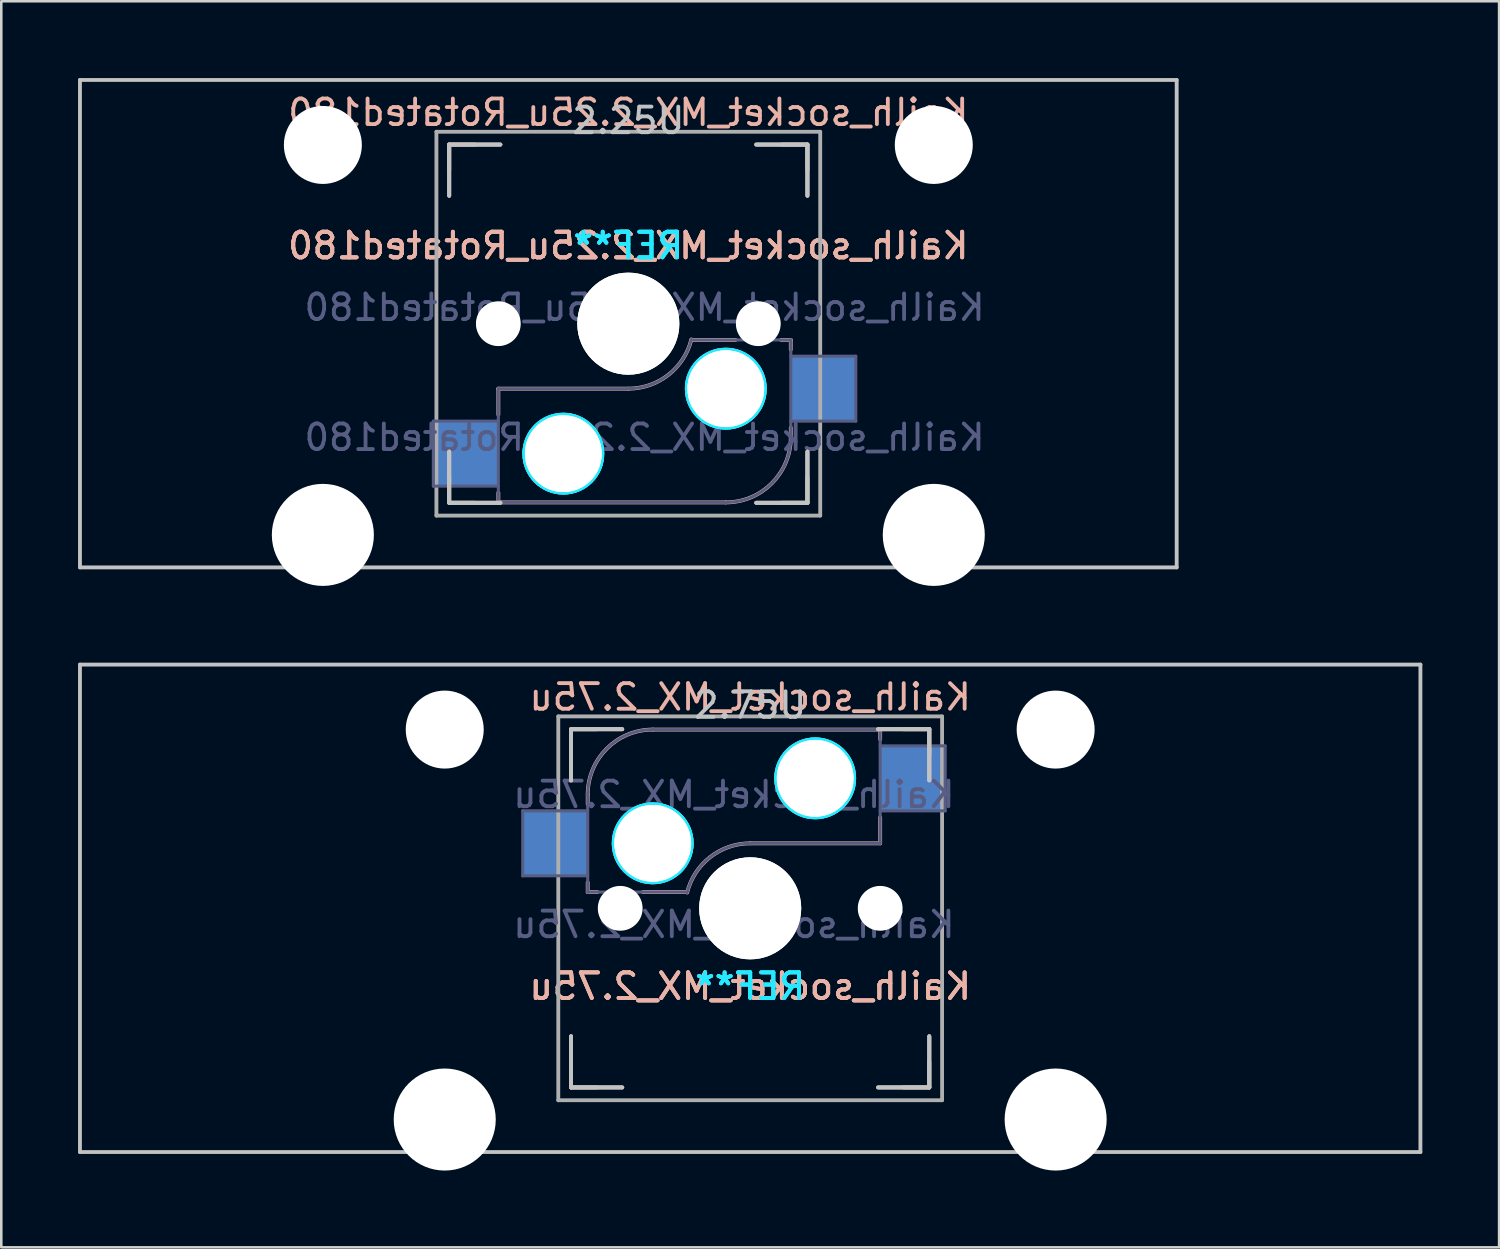
<source format=kicad_pcb>
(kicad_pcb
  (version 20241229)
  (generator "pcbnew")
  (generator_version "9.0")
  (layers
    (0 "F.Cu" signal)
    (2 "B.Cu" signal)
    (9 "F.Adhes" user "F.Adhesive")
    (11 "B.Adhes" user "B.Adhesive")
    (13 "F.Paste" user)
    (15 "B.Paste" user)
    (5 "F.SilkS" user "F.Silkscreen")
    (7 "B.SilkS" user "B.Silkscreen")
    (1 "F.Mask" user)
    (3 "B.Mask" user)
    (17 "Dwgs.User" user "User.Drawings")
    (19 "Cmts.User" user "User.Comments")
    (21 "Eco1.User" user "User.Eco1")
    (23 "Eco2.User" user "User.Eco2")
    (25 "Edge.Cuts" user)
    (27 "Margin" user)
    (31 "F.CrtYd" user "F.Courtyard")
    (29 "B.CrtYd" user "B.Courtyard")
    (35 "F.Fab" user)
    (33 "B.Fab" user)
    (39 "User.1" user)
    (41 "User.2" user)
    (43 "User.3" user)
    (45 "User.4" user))
  (footprint "Kailh_socket_MX_2.25u_Rotated180"
    (layer "F.Cu")
    (at 21.506 9.6)
    (property "Reference" "Kailh_socket_MX_2.25u_Rotated180" (at 0 -8.255 0) (layer "B.SilkS") (effects (font (size 1 1) (thickness 0.15)) (justify mirror)))
    (property "Value" "Kailh_socket_MX_2.25u_Rotated180" (at 0 8.255 0) (layer "F.Fab") (hide yes) (effects (font (size 1 1) (thickness 0.15))))
    (attr smd)
    (fp_line (start -7 -6) (end -7 -7) (stroke (width 0.15) (type solid)) (layer "F.SilkS"))
    (fp_line (start -7 7) (end -7 6) (stroke (width 0.15) (type solid)) (layer "F.SilkS"))
    (fp_line (start -7 7) (end -6 7) (stroke (width 0.15) (type solid)) (layer "F.SilkS"))
    (fp_line (start -6 -7) (end -7 -7) (stroke (width 0.15) (type solid)) (layer "F.SilkS"))
    (fp_line (start 6 7) (end 7 7) (stroke (width 0.15) (type solid)) (layer "F.SilkS"))
    (fp_line (start 7 -7) (end 6 -7) (stroke (width 0.15) (type solid)) (layer "F.SilkS"))
    (fp_line (start 7 -7) (end 7 -6) (stroke (width 0.15) (type solid)) (layer "F.SilkS"))
    (fp_line (start 7 6) (end 7 7) (stroke (width 0.15) (type solid)) (layer "F.SilkS"))
    (fp_line (start -5.08 2.54) (end 0 2.54) (stroke (width 0.15) (type solid)) (layer "B.SilkS"))
    (fp_line (start -5.08 3.556) (end -5.08 2.54) (stroke (width 0.15) (type solid)) (layer "B.SilkS"))
    (fp_line (start -5.08 6.985) (end -5.08 6.604) (stroke (width 0.15) (type solid)) (layer "B.SilkS"))
    (fp_line (start 2.464 0.635) (end 4.191 0.635) (stroke (width 0.15) (type solid)) (layer "B.SilkS"))
    (fp_line (start 3.81 6.985) (end -5.08 6.985) (stroke (width 0.15) (type solid)) (layer "B.SilkS"))
    (fp_line (start 5.969 0.635) (end 6.35 0.635) (stroke (width 0.15) (type solid)) (layer "B.SilkS"))
    (fp_line (start 6.35 1.016) (end 6.35 0.635) (stroke (width 0.15) (type solid)) (layer "B.SilkS"))
    (fp_line (start 6.35 4.445) (end 6.35 4.064) (stroke (width 0.15) (type solid)) (layer "B.SilkS"))
    (fp_arc (start 2.464162 0.61604) (mid 1.563147 2.002042) (end 0 2.54) (stroke (width 0.15) (type solid)) (layer "B.SilkS"))
    (fp_arc (start 6.35 4.445) (mid 5.606051 6.241051) (end 3.81 6.985) (stroke (width 0.15) (type solid)) (layer "B.SilkS"))
    (fp_line (start -21.431 -9.525) (end 21.431 -9.525) (stroke (width 0.15) (type solid)) (layer "Dwgs.User"))
    (fp_line (start -21.431 9.525) (end -21.431 -9.525) (stroke (width 0.15) (type solid)) (layer "Dwgs.User"))
    (fp_line (start -7 -7) (end -7 -5) (stroke (width 0.15) (type solid)) (layer "Dwgs.User"))
    (fp_line (start -7 -7) (end -7 -5) (stroke (width 0.15) (type solid)) (layer "Dwgs.User"))
    (fp_line (start -7 -7) (end -7 -5) (stroke (width 0.15) (type solid)) (layer "Dwgs.User"))
    (fp_line (start -7 7) (end -7 5) (stroke (width 0.15) (type solid)) (layer "Dwgs.User"))
    (fp_line (start -7 7) (end -7 5) (stroke (width 0.15) (type solid)) (layer "Dwgs.User"))
    (fp_line (start -7 7) (end -7 5) (stroke (width 0.15) (type solid)) (layer "Dwgs.User"))
    (fp_line (start -5 -7) (end -7 -7) (stroke (width 0.15) (type solid)) (layer "Dwgs.User"))
    (fp_line (start -5 -7) (end -7 -7) (stroke (width 0.15) (type solid)) (layer "Dwgs.User"))
    (fp_line (start -5 -7) (end -7 -7) (stroke (width 0.15) (type solid)) (layer "Dwgs.User"))
    (fp_line (start -5 7) (end -7 7) (stroke (width 0.15) (type solid)) (layer "Dwgs.User"))
    (fp_line (start -5 7) (end -7 7) (stroke (width 0.15) (type solid)) (layer "Dwgs.User"))
    (fp_line (start -5 7) (end -7 7) (stroke (width 0.15) (type solid)) (layer "Dwgs.User"))
    (fp_line (start 5 7) (end 7 7) (stroke (width 0.15) (type solid)) (layer "Dwgs.User"))
    (fp_line (start 5 7) (end 7 7) (stroke (width 0.15) (type solid)) (layer "Dwgs.User"))
    (fp_line (start 5 7) (end 7 7) (stroke (width 0.15) (type solid)) (layer "Dwgs.User"))
    (fp_line (start 7 -7) (end 5 -7) (stroke (width 0.15) (type solid)) (layer "Dwgs.User"))
    (fp_line (start 7 -7) (end 5 -7) (stroke (width 0.15) (type solid)) (layer "Dwgs.User"))
    (fp_line (start 7 -7) (end 5 -7) (stroke (width 0.15) (type solid)) (layer "Dwgs.User"))
    (fp_line (start 7 -5) (end 7 -7) (stroke (width 0.15) (type solid)) (layer "Dwgs.User"))
    (fp_line (start 7 -5) (end 7 -7) (stroke (width 0.15) (type solid)) (layer "Dwgs.User"))
    (fp_line (start 7 -5) (end 7 -7) (stroke (width 0.15) (type solid)) (layer "Dwgs.User"))
    (fp_line (start 7 7) (end 7 5) (stroke (width 0.15) (type solid)) (layer "Dwgs.User"))
    (fp_line (start 7 7) (end 7 5) (stroke (width 0.15) (type solid)) (layer "Dwgs.User"))
    (fp_line (start 7 7) (end 7 5) (stroke (width 0.15) (type solid)) (layer "Dwgs.User"))
    (fp_line (start 21.431 -9.525) (end 21.431 9.525) (stroke (width 0.15) (type solid)) (layer "Dwgs.User"))
    (fp_line (start 21.431 9.525) (end -21.431 9.525) (stroke (width 0.15) (type solid)) (layer "Dwgs.User"))
    (fp_line (start -6.9 6.9) (end -6.9 -6.9) (stroke (width 0.15) (type solid)) (layer "Eco2.User"))
    (fp_line (start -6.9 6.9) (end 6.9 6.9) (stroke (width 0.15) (type solid)) (layer "Eco2.User"))
    (fp_line (start 6.9 -6.9) (end -6.9 -6.9) (stroke (width 0.15) (type solid)) (layer "Eco2.User"))
    (fp_line (start 6.9 -6.9) (end 6.9 6.9) (stroke (width 0.15) (type solid)) (layer "Eco2.User"))
    (fp_circle (center -2.54 5.08) (end -2.54 6.604) (stroke (width 0.15) (type solid)) (fill no) (layer "B.CrtYd"))
    (fp_circle (center -2.54 5.08) (end -2.54 6.604) (stroke (width 0.15) (type solid)) (fill no) (layer "B.CrtYd"))
    (fp_circle (center -2.54 5.08) (end -2.54 6.604) (stroke (width 0.15) (type solid)) (fill no) (layer "B.CrtYd"))
    (fp_circle (center 3.81 2.54) (end 3.81 4.064) (stroke (width 0.15) (type solid)) (fill no) (layer "B.CrtYd"))
    (fp_circle (center 3.81 2.54) (end 3.81 4.064) (stroke (width 0.15) (type solid)) (fill no) (layer "B.CrtYd"))
    (fp_circle (center 3.81 2.54) (end 3.81 4.064) (stroke (width 0.15) (type solid)) (fill no) (layer "B.CrtYd"))
    (fp_line (start -7.62 3.81) (end -5.08 3.81) (stroke (width 0.12) (type solid)) (layer "B.Fab"))
    (fp_line (start -7.62 6.35) (end -7.62 3.81) (stroke (width 0.12) (type solid)) (layer "B.Fab"))
    (fp_line (start -5.08 2.54) (end 0 2.54) (stroke (width 0.12) (type solid)) (layer "B.Fab"))
    (fp_line (start -5.08 6.35) (end -7.62 6.35) (stroke (width 0.12) (type solid)) (layer "B.Fab"))
    (fp_line (start -5.08 6.985) (end -5.08 2.54) (stroke (width 0.12) (type solid)) (layer "B.Fab"))
    (fp_line (start 3.81 6.985) (end -5.08 6.985) (stroke (width 0.12) (type solid)) (layer "B.Fab"))
    (fp_line (start 6.35 0.635) (end 2.54 0.635) (stroke (width 0.12) (type solid)) (layer "B.Fab"))
    (fp_line (start 6.35 0.635) (end 6.35 4.445) (stroke (width 0.12) (type solid)) (layer "B.Fab"))
    (fp_line (start 6.35 1.27) (end 8.89 1.27) (stroke (width 0.12) (type solid)) (layer "B.Fab"))
    (fp_line (start 8.89 1.27) (end 8.89 3.81) (stroke (width 0.12) (type solid)) (layer "B.Fab"))
    (fp_line (start 8.89 3.81) (end 6.35 3.81) (stroke (width 0.12) (type solid)) (layer "B.Fab"))
    (fp_arc (start 2.464162 0.61604) (mid 1.563147 2.002042) (end 0 2.54) (stroke (width 0.12) (type solid)) (layer "B.Fab"))
    (fp_arc (start 6.35 4.445) (mid 5.606051 6.241051) (end 3.81 6.985) (stroke (width 0.12) (type solid)) (layer "B.Fab"))
    (fp_line (start -7.5 -7.5) (end 7.5 -7.5) (stroke (width 0.15) (type solid)) (layer "F.Fab"))
    (fp_line (start -7.5 7.5) (end -7.5 -7.5) (stroke (width 0.15) (type solid)) (layer "F.Fab"))
    (fp_line (start 7.5 -7.5) (end 7.5 7.5) (stroke (width 0.15) (type solid)) (layer "F.Fab"))
    (fp_line (start 7.5 7.5) (end -7.5 7.5) (stroke (width 0.15) (type solid)) (layer "F.Fab"))
    (fp_text user "${REFERENCE}" (at 0 -3.048 180) (layer "B.SilkS") (effects (font (size 1 1) (thickness 0.15)) (justify mirror)))
    (fp_text user "${REFERENCE}" (at 0 -3.048 180) (layer "B.SilkS") (effects (font (size 1 1) (thickness 0.15)) (justify mirror)))
    (fp_text user "${REFERENCE}" (at 0 -3.048 180) (layer "B.SilkS") (effects (font (size 1 1) (thickness 0.15)) (justify mirror)))
    (fp_text user "2.25U" (at 0 -7.938 0) (layer "Dwgs.User") (effects (font (size 1 1) (thickness 0.15))))
    (fp_text user "REF**" (at 0 -3.048 180) (layer "B.CrtYd") (effects (font (size 1 1) (thickness 0.15)) (justify mirror)))
    (fp_text user "REF**" (at 0 -3.048 180) (layer "B.CrtYd") (effects (font (size 1 1) (thickness 0.15)) (justify mirror)))
    (fp_text user "REF**" (at 0 -3.048 180) (layer "B.CrtYd") (effects (font (size 1 1) (thickness 0.15)) (justify mirror)))
    (fp_text user "${VALUE}" (at 0.635 -0.635 180) (layer "B.Fab") (effects (font (size 1 1) (thickness 0.15)) (justify mirror)))
    (fp_text user "${REFERENCE}" (at 0.635 4.445 180) (layer "B.Fab") (effects (font (size 1 1) (thickness 0.15)) (justify mirror)))
    (pad "" np_thru_hole circle (at -11.938 -6.985) (size 3.048 3.048) (drill 3.048) (layers "*.Cu" "*.Mask"))
    (pad "" np_thru_hole circle (at -11.938 8.255) (size 3.988 3.988) (drill 3.988) (layers "*.Cu" "*.Mask"))
    (pad "" np_thru_hole circle (at -5.08 0 180) (size 1.702 1.702) (drill 1.702) (layers "*.Cu" "*.Mask"))
    (pad "" np_thru_hole circle (at -5.08 0 228.1) (size 1.75 1.75) (drill 1.75) (layers "*.Cu" "*.Mask"))
    (pad "" np_thru_hole circle (at -2.54 5.08 180) (size 3 3) (drill 3) (layers "*.Cu" "*.Mask"))
    (pad "" np_thru_hole circle (at -2.54 5.08 180) (size 3 3) (drill 3) (layers "*.Cu" "*.Mask"))
    (pad "" np_thru_hole circle (at 0 0 180) (size 3.988 3.988) (drill 3.988) (layers "*.Cu" "*.Mask"))
    (pad "" np_thru_hole circle (at 0 0 180) (size 3.988 3.988) (drill 3.988) (layers "*.Cu" "*.Mask"))
    (pad "" np_thru_hole circle (at 3.81 2.54 180) (size 3 3) (drill 3) (layers "*.Cu" "*.Mask"))
    (pad "" np_thru_hole circle (at 3.81 2.54 180) (size 3 3) (drill 3) (layers "*.Cu" "*.Mask"))
    (pad "" np_thru_hole circle (at 5.08 0 180) (size 1.702 1.702) (drill 1.702) (layers "*.Cu" "*.Mask"))
    (pad "" np_thru_hole circle (at 5.08 0 228.1) (size 1.75 1.75) (drill 1.75) (layers "*.Cu" "*.Mask"))
    (pad "" np_thru_hole circle (at 11.938 -6.985) (size 3.048 3.048) (drill 3.048) (layers "*.Cu" "*.Mask"))
    (pad "" np_thru_hole circle (at 11.938 8.255) (size 3.988 3.988) (drill 3.988) (layers "*.Cu" "*.Mask"))
    (pad "1" smd rect (at 7.62 2.54 180) (size 2.55 2.5) (layers "B.Cu" "B.Mask" "B.Paste"))
    (pad "2" smd rect (at -6.35 5.08 180) (size 2.55 2.5) (layers "B.Cu" "B.Mask" "B.Paste")))
  (footprint "Kailh_socket_MX_2.75u"
    (layer "F.Cu")
    (at 26.269 32.449)
    (property "Reference" "Kailh_socket_MX_2.75u" (at 0 -8.255 0) (layer "B.SilkS") (effects (font (size 1 1) (thickness 0.15)) (justify mirror)))
    (property "Value" "Kailh_socket_MX_2.75u" (at 0 8.255 0) (layer "F.Fab") (hide yes) (effects (font (size 1 1) (thickness 0.15))))
    (attr smd)
    (fp_line (start -7 -6) (end -7 -7) (stroke (width 0.15) (type solid)) (layer "F.SilkS"))
    (fp_line (start -7 7) (end -7 6) (stroke (width 0.15) (type solid)) (layer "F.SilkS"))
    (fp_line (start -7 7) (end -6 7) (stroke (width 0.15) (type solid)) (layer "F.SilkS"))
    (fp_line (start -6 -7) (end -7 -7) (stroke (width 0.15) (type solid)) (layer "F.SilkS"))
    (fp_line (start 6 7) (end 7 7) (stroke (width 0.15) (type solid)) (layer "F.SilkS"))
    (fp_line (start 7 -7) (end 6 -7) (stroke (width 0.15) (type solid)) (layer "F.SilkS"))
    (fp_line (start 7 -7) (end 7 -6) (stroke (width 0.15) (type solid)) (layer "F.SilkS"))
    (fp_line (start 7 6) (end 7 7) (stroke (width 0.15) (type solid)) (layer "F.SilkS"))
    (fp_line (start -6.35 -4.445) (end -6.35 -4.064) (stroke (width 0.15) (type solid)) (layer "B.SilkS"))
    (fp_line (start -6.35 -1.016) (end -6.35 -0.635) (stroke (width 0.15) (type solid)) (layer "B.SilkS"))
    (fp_line (start -5.969 -0.635) (end -6.35 -0.635) (stroke (width 0.15) (type solid)) (layer "B.SilkS"))
    (fp_line (start -3.81 -6.985) (end 5.08 -6.985) (stroke (width 0.15) (type solid)) (layer "B.SilkS"))
    (fp_line (start -2.464 -0.635) (end -4.191 -0.635) (stroke (width 0.15) (type solid)) (layer "B.SilkS"))
    (fp_line (start 5.08 -6.985) (end 5.08 -6.604) (stroke (width 0.15) (type solid)) (layer "B.SilkS"))
    (fp_line (start 5.08 -3.556) (end 5.08 -2.54) (stroke (width 0.15) (type solid)) (layer "B.SilkS"))
    (fp_line (start 5.08 -2.54) (end 0 -2.54) (stroke (width 0.15) (type solid)) (layer "B.SilkS"))
    (fp_arc (start -6.35 -4.445) (mid -5.606051 -6.241051) (end -3.81 -6.985) (stroke (width 0.15) (type solid)) (layer "B.SilkS"))
    (fp_arc (start -2.464162 -0.61604) (mid -1.563147 -2.002042) (end 0 -2.54) (stroke (width 0.15) (type solid)) (layer "B.SilkS"))
    (fp_line (start -26.194 -9.525) (end 26.194 -9.525) (stroke (width 0.15) (type solid)) (layer "Dwgs.User"))
    (fp_line (start -26.194 9.525) (end -26.194 -9.525) (stroke (width 0.15) (type solid)) (layer "Dwgs.User"))
    (fp_line (start -7 -7) (end -7 -5) (stroke (width 0.15) (type solid)) (layer "Dwgs.User"))
    (fp_line (start -7 -7) (end -7 -5) (stroke (width 0.15) (type solid)) (layer "Dwgs.User"))
    (fp_line (start -7 -7) (end -7 -5) (stroke (width 0.15) (type solid)) (layer "Dwgs.User"))
    (fp_line (start -7 5) (end -7 7) (stroke (width 0.15) (type solid)) (layer "Dwgs.User"))
    (fp_line (start -7 5) (end -7 7) (stroke (width 0.15) (type solid)) (layer "Dwgs.User"))
    (fp_line (start -7 5) (end -7 7) (stroke (width 0.15) (type solid)) (layer "Dwgs.User"))
    (fp_line (start -7 7) (end -5 7) (stroke (width 0.15) (type solid)) (layer "Dwgs.User"))
    (fp_line (start -7 7) (end -5 7) (stroke (width 0.15) (type solid)) (layer "Dwgs.User"))
    (fp_line (start -7 7) (end -5 7) (stroke (width 0.15) (type solid)) (layer "Dwgs.User"))
    (fp_line (start -5 -7) (end -7 -7) (stroke (width 0.15) (type solid)) (layer "Dwgs.User"))
    (fp_line (start -5 -7) (end -7 -7) (stroke (width 0.15) (type solid)) (layer "Dwgs.User"))
    (fp_line (start -5 -7) (end -7 -7) (stroke (width 0.15) (type solid)) (layer "Dwgs.User"))
    (fp_line (start 5 -7) (end 7 -7) (stroke (width 0.15) (type solid)) (layer "Dwgs.User"))
    (fp_line (start 5 -7) (end 7 -7) (stroke (width 0.15) (type solid)) (layer "Dwgs.User"))
    (fp_line (start 5 -7) (end 7 -7) (stroke (width 0.15) (type solid)) (layer "Dwgs.User"))
    (fp_line (start 5 7) (end 7 7) (stroke (width 0.15) (type solid)) (layer "Dwgs.User"))
    (fp_line (start 5 7) (end 7 7) (stroke (width 0.15) (type solid)) (layer "Dwgs.User"))
    (fp_line (start 5 7) (end 7 7) (stroke (width 0.15) (type solid)) (layer "Dwgs.User"))
    (fp_line (start 7 -7) (end 7 -5) (stroke (width 0.15) (type solid)) (layer "Dwgs.User"))
    (fp_line (start 7 -7) (end 7 -5) (stroke (width 0.15) (type solid)) (layer "Dwgs.User"))
    (fp_line (start 7 -7) (end 7 -5) (stroke (width 0.15) (type solid)) (layer "Dwgs.User"))
    (fp_line (start 7 7) (end 7 5) (stroke (width 0.15) (type solid)) (layer "Dwgs.User"))
    (fp_line (start 7 7) (end 7 5) (stroke (width 0.15) (type solid)) (layer "Dwgs.User"))
    (fp_line (start 7 7) (end 7 5) (stroke (width 0.15) (type solid)) (layer "Dwgs.User"))
    (fp_line (start 26.194 -9.525) (end 26.194 9.525) (stroke (width 0.15) (type solid)) (layer "Dwgs.User"))
    (fp_line (start 26.194 9.525) (end -26.194 9.525) (stroke (width 0.15) (type solid)) (layer "Dwgs.User"))
    (fp_line (start -6.9 6.9) (end -6.9 -6.9) (stroke (width 0.15) (type solid)) (layer "Eco2.User"))
    (fp_line (start -6.9 6.9) (end 6.9 6.9) (stroke (width 0.15) (type solid)) (layer "Eco2.User"))
    (fp_line (start 6.9 -6.9) (end -6.9 -6.9) (stroke (width 0.15) (type solid)) (layer "Eco2.User"))
    (fp_line (start 6.9 -6.9) (end 6.9 6.9) (stroke (width 0.15) (type solid)) (layer "Eco2.User"))
    (fp_circle (center -3.81 -2.54) (end -3.81 -4.064) (stroke (width 0.15) (type solid)) (fill no) (layer "B.CrtYd"))
    (fp_circle (center -3.81 -2.54) (end -3.81 -4.064) (stroke (width 0.15) (type solid)) (fill no) (layer "B.CrtYd"))
    (fp_circle (center -3.81 -2.54) (end -3.81 -4.064) (stroke (width 0.15) (type solid)) (fill no) (layer "B.CrtYd"))
    (fp_circle (center 2.54 -5.08) (end 2.54 -6.604) (stroke (width 0.15) (type solid)) (fill no) (layer "B.CrtYd"))
    (fp_circle (center 2.54 -5.08) (end 2.54 -6.604) (stroke (width 0.15) (type solid)) (fill no) (layer "B.CrtYd"))
    (fp_circle (center 2.54 -5.08) (end 2.54 -6.604) (stroke (width 0.15) (type solid)) (fill no) (layer "B.CrtYd"))
    (fp_line (start -8.89 -3.81) (end -6.35 -3.81) (stroke (width 0.12) (type solid)) (layer "B.Fab"))
    (fp_line (start -8.89 -1.27) (end -8.89 -3.81) (stroke (width 0.12) (type solid)) (layer "B.Fab"))
    (fp_line (start -6.35 -1.27) (end -8.89 -1.27) (stroke (width 0.12) (type solid)) (layer "B.Fab"))
    (fp_line (start -6.35 -0.635) (end -6.35 -4.445) (stroke (width 0.12) (type solid)) (layer "B.Fab"))
    (fp_line (start -6.35 -0.635) (end -2.54 -0.635) (stroke (width 0.12) (type solid)) (layer "B.Fab"))
    (fp_line (start -3.81 -6.985) (end 5.08 -6.985) (stroke (width 0.12) (type solid)) (layer "B.Fab"))
    (fp_line (start 5.08 -6.985) (end 5.08 -2.54) (stroke (width 0.12) (type solid)) (layer "B.Fab"))
    (fp_line (start 5.08 -6.35) (end 7.62 -6.35) (stroke (width 0.12) (type solid)) (layer "B.Fab"))
    (fp_line (start 5.08 -2.54) (end 0 -2.54) (stroke (width 0.12) (type solid)) (layer "B.Fab"))
    (fp_line (start 7.62 -6.35) (end 7.62 -3.81) (stroke (width 0.12) (type solid)) (layer "B.Fab"))
    (fp_line (start 7.62 -3.81) (end 5.08 -3.81) (stroke (width 0.12) (type solid)) (layer "B.Fab"))
    (fp_arc (start -6.35 -4.445) (mid -5.606051 -6.241051) (end -3.81 -6.985) (stroke (width 0.12) (type solid)) (layer "B.Fab"))
    (fp_arc (start -2.464162 -0.61604) (mid -1.563147 -2.002042) (end 0 -2.54) (stroke (width 0.12) (type solid)) (layer "B.Fab"))
    (fp_line (start -7.5 -7.5) (end 7.5 -7.5) (stroke (width 0.15) (type solid)) (layer "F.Fab"))
    (fp_line (start -7.5 7.5) (end -7.5 -7.5) (stroke (width 0.15) (type solid)) (layer "F.Fab"))
    (fp_line (start 7.5 -7.5) (end 7.5 7.5) (stroke (width 0.15) (type solid)) (layer "F.Fab"))
    (fp_line (start 7.5 7.5) (end -7.5 7.5) (stroke (width 0.15) (type solid)) (layer "F.Fab"))
    (fp_text user "${REFERENCE}" (at 0 3.048 0) (layer "B.SilkS") (effects (font (size 1 1) (thickness 0.15)) (justify mirror)))
    (fp_text user "${REFERENCE}" (at 0 3.048 0) (layer "B.SilkS") (effects (font (size 1 1) (thickness 0.15)) (justify mirror)))
    (fp_text user "${REFERENCE}" (at 0 3.048 0) (layer "B.SilkS") (effects (font (size 1 1) (thickness 0.15)) (justify mirror)))
    (fp_text user "2.75U" (at 0 -7.938 0) (layer "Dwgs.User") (effects (font (size 1 1) (thickness 0.15))))
    (fp_text user "REF**" (at 0 3.048 0) (layer "B.CrtYd") (effects (font (size 1 1) (thickness 0.15)) (justify mirror)))
    (fp_text user "REF**" (at 0 3.048 0) (layer "B.CrtYd") (effects (font (size 1 1) (thickness 0.15)) (justify mirror)))
    (fp_text user "REF**" (at 0 3.048 0) (layer "B.CrtYd") (effects (font (size 1 1) (thickness 0.15)) (justify mirror)))
    (fp_text user "${REFERENCE}" (at -0.635 -4.445 0) (layer "B.Fab") (effects (font (size 1 1) (thickness 0.15)) (justify mirror)))
    (fp_text user "${VALUE}" (at -0.635 0.635 0) (layer "B.Fab") (effects (font (size 1 1) (thickness 0.15)) (justify mirror)))
    (pad "" np_thru_hole circle (at -11.938 -6.985) (size 3.048 3.048) (drill 3.048) (layers "*.Cu" "*.Mask"))
    (pad "" np_thru_hole circle (at -11.938 8.255) (size 3.988 3.988) (drill 3.988) (layers "*.Cu" "*.Mask"))
    (pad "" np_thru_hole circle (at -5.08 0) (size 1.702 1.702) (drill 1.702) (layers "*.Cu" "*.Mask"))
    (pad "" np_thru_hole circle (at -5.08 0 48.1) (size 1.75 1.75) (drill 1.75) (layers "*.Cu" "*.Mask"))
    (pad "" np_thru_hole circle (at -3.81 -2.54) (size 3 3) (drill 3) (layers "*.Cu" "*.Mask"))
    (pad "" np_thru_hole circle (at -3.81 -2.54) (size 3 3) (drill 3) (layers "*.Cu" "*.Mask"))
    (pad "" np_thru_hole circle (at 0 0) (size 3.988 3.988) (drill 3.988) (layers "*.Cu" "*.Mask"))
    (pad "" np_thru_hole circle (at 0 0) (size 3.988 3.988) (drill 3.988) (layers "*.Cu" "*.Mask"))
    (pad "" np_thru_hole circle (at 2.54 -5.08) (size 3 3) (drill 3) (layers "*.Cu" "*.Mask"))
    (pad "" np_thru_hole circle (at 2.54 -5.08) (size 3 3) (drill 3) (layers "*.Cu" "*.Mask"))
    (pad "" np_thru_hole circle (at 5.08 0) (size 1.702 1.702) (drill 1.702) (layers "*.Cu" "*.Mask"))
    (pad "" np_thru_hole circle (at 5.08 0 48.1) (size 1.75 1.75) (drill 1.75) (layers "*.Cu" "*.Mask"))
    (pad "" np_thru_hole circle (at 11.938 -6.985) (size 3.048 3.048) (drill 3.048) (layers "*.Cu" "*.Mask"))
    (pad "" np_thru_hole circle (at 11.938 8.255) (size 3.988 3.988) (drill 3.988) (layers "*.Cu" "*.Mask"))
    (pad "1" smd rect (at -7.62 -2.54) (size 2.55 2.5) (layers "B.Cu" "B.Mask" "B.Paste"))
    (pad "2" smd rect (at 6.35 -5.08) (size 2.55 2.5) (layers "B.Cu" "B.Mask" "B.Paste")))
  (gr_rect
    (start -3 -3)
    (end 55.538 45.698)
    (stroke (width 0.1) (type default))
    (fill no)
    (layer "Edge.Cuts")))
</source>
